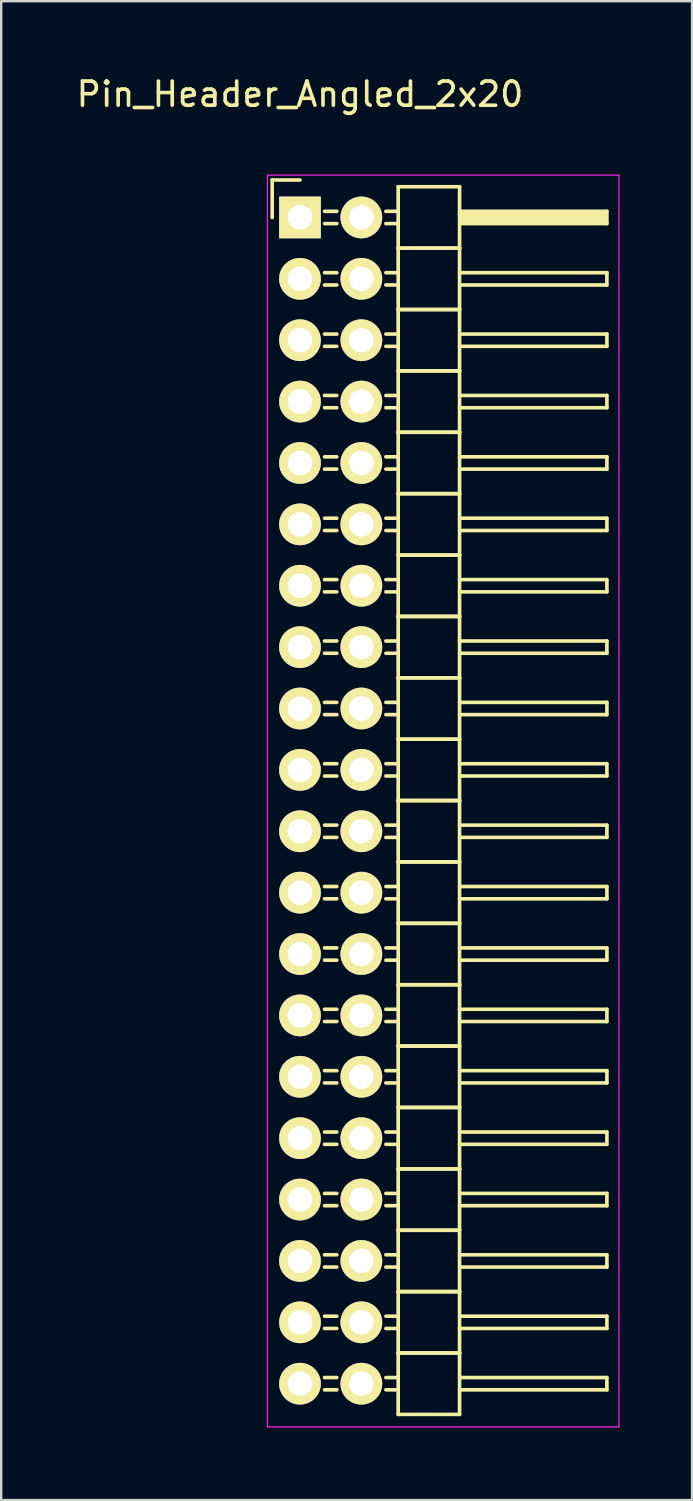
<source format=kicad_pcb>
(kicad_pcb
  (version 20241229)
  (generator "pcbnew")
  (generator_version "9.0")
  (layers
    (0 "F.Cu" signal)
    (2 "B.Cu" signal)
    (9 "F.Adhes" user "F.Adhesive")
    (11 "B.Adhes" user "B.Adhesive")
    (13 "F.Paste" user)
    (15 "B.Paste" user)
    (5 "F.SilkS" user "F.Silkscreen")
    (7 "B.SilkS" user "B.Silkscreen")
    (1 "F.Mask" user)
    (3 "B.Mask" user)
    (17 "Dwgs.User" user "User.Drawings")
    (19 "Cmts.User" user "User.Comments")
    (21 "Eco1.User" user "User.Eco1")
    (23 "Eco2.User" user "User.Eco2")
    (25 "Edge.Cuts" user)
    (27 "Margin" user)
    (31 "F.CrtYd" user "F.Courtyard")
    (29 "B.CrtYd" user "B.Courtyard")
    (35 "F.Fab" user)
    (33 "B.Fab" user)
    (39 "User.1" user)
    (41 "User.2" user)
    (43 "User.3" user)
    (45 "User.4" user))
  (footprint "Pin_Header_Angled_2x20"
    (layer "F.Cu")
    (at 9.363 5.948)
    (property "Reference" "Pin_Header_Angled_2x20" (at 0 -5.1 0) (layer "F.SilkS") (effects (font (size 1 1) (thickness 0.15))))
    (attr through_hole)
    (fp_line (start -1.15 -1.55) (end -1.15 0) (stroke (width 0.15) (type solid)) (layer "F.SilkS"))
    (fp_line (start 0 -1.55) (end -1.15 -1.55) (stroke (width 0.15) (type solid)) (layer "F.SilkS"))
    (fp_line (start 1.524 -0.254) (end 1.016 -0.254) (stroke (width 0.15) (type solid)) (layer "F.SilkS"))
    (fp_line (start 1.524 0.254) (end 1.016 0.254) (stroke (width 0.15) (type solid)) (layer "F.SilkS"))
    (fp_line (start 1.524 2.286) (end 1.016 2.286) (stroke (width 0.15) (type solid)) (layer "F.SilkS"))
    (fp_line (start 1.524 2.794) (end 1.016 2.794) (stroke (width 0.15) (type solid)) (layer "F.SilkS"))
    (fp_line (start 1.524 4.826) (end 1.016 4.826) (stroke (width 0.15) (type solid)) (layer "F.SilkS"))
    (fp_line (start 1.524 5.334) (end 1.016 5.334) (stroke (width 0.15) (type solid)) (layer "F.SilkS"))
    (fp_line (start 1.524 7.366) (end 1.016 7.366) (stroke (width 0.15) (type solid)) (layer "F.SilkS"))
    (fp_line (start 1.524 7.874) (end 1.016 7.874) (stroke (width 0.15) (type solid)) (layer "F.SilkS"))
    (fp_line (start 1.524 9.906) (end 1.016 9.906) (stroke (width 0.15) (type solid)) (layer "F.SilkS"))
    (fp_line (start 1.524 10.414) (end 1.016 10.414) (stroke (width 0.15) (type solid)) (layer "F.SilkS"))
    (fp_line (start 1.524 12.446) (end 1.016 12.446) (stroke (width 0.15) (type solid)) (layer "F.SilkS"))
    (fp_line (start 1.524 12.954) (end 1.016 12.954) (stroke (width 0.15) (type solid)) (layer "F.SilkS"))
    (fp_line (start 1.524 14.986) (end 1.016 14.986) (stroke (width 0.15) (type solid)) (layer "F.SilkS"))
    (fp_line (start 1.524 15.494) (end 1.016 15.494) (stroke (width 0.15) (type solid)) (layer "F.SilkS"))
    (fp_line (start 1.524 17.526) (end 1.016 17.526) (stroke (width 0.15) (type solid)) (layer "F.SilkS"))
    (fp_line (start 1.524 18.034) (end 1.016 18.034) (stroke (width 0.15) (type solid)) (layer "F.SilkS"))
    (fp_line (start 1.524 20.066) (end 1.016 20.066) (stroke (width 0.15) (type solid)) (layer "F.SilkS"))
    (fp_line (start 1.524 20.574) (end 1.016 20.574) (stroke (width 0.15) (type solid)) (layer "F.SilkS"))
    (fp_line (start 1.524 22.606) (end 1.016 22.606) (stroke (width 0.15) (type solid)) (layer "F.SilkS"))
    (fp_line (start 1.524 23.114) (end 1.016 23.114) (stroke (width 0.15) (type solid)) (layer "F.SilkS"))
    (fp_line (start 1.524 25.146) (end 1.016 25.146) (stroke (width 0.15) (type solid)) (layer "F.SilkS"))
    (fp_line (start 1.524 25.654) (end 1.016 25.654) (stroke (width 0.15) (type solid)) (layer "F.SilkS"))
    (fp_line (start 1.524 27.686) (end 1.016 27.686) (stroke (width 0.15) (type solid)) (layer "F.SilkS"))
    (fp_line (start 1.524 28.194) (end 1.016 28.194) (stroke (width 0.15) (type solid)) (layer "F.SilkS"))
    (fp_line (start 1.524 30.226) (end 1.016 30.226) (stroke (width 0.15) (type solid)) (layer "F.SilkS"))
    (fp_line (start 1.524 30.734) (end 1.016 30.734) (stroke (width 0.15) (type solid)) (layer "F.SilkS"))
    (fp_line (start 1.524 32.766) (end 1.016 32.766) (stroke (width 0.15) (type solid)) (layer "F.SilkS"))
    (fp_line (start 1.524 33.274) (end 1.016 33.274) (stroke (width 0.15) (type solid)) (layer "F.SilkS"))
    (fp_line (start 1.524 35.306) (end 1.016 35.306) (stroke (width 0.15) (type solid)) (layer "F.SilkS"))
    (fp_line (start 1.524 35.814) (end 1.016 35.814) (stroke (width 0.15) (type solid)) (layer "F.SilkS"))
    (fp_line (start 1.524 37.846) (end 1.016 37.846) (stroke (width 0.15) (type solid)) (layer "F.SilkS"))
    (fp_line (start 1.524 38.354) (end 1.016 38.354) (stroke (width 0.15) (type solid)) (layer "F.SilkS"))
    (fp_line (start 1.524 40.386) (end 1.016 40.386) (stroke (width 0.15) (type solid)) (layer "F.SilkS"))
    (fp_line (start 1.524 40.894) (end 1.016 40.894) (stroke (width 0.15) (type solid)) (layer "F.SilkS"))
    (fp_line (start 1.524 42.926) (end 1.016 42.926) (stroke (width 0.15) (type solid)) (layer "F.SilkS"))
    (fp_line (start 1.524 43.434) (end 1.016 43.434) (stroke (width 0.15) (type solid)) (layer "F.SilkS"))
    (fp_line (start 1.524 45.466) (end 1.016 45.466) (stroke (width 0.15) (type solid)) (layer "F.SilkS"))
    (fp_line (start 1.524 45.974) (end 1.016 45.974) (stroke (width 0.15) (type solid)) (layer "F.SilkS"))
    (fp_line (start 1.524 48.006) (end 1.016 48.006) (stroke (width 0.15) (type solid)) (layer "F.SilkS"))
    (fp_line (start 1.524 48.514) (end 1.016 48.514) (stroke (width 0.15) (type solid)) (layer "F.SilkS"))
    (fp_line (start 4.064 -1.27) (end 4.064 1.27) (stroke (width 0.15) (type solid)) (layer "F.SilkS"))
    (fp_line (start 4.064 -1.27) (end 6.604 -1.27) (stroke (width 0.15) (type solid)) (layer "F.SilkS"))
    (fp_line (start 4.064 -0.254) (end 3.556 -0.254) (stroke (width 0.15) (type solid)) (layer "F.SilkS"))
    (fp_line (start 4.064 0.254) (end 3.556 0.254) (stroke (width 0.15) (type solid)) (layer "F.SilkS"))
    (fp_line (start 4.064 1.27) (end 4.064 3.81) (stroke (width 0.15) (type solid)) (layer "F.SilkS"))
    (fp_line (start 4.064 1.27) (end 6.604 1.27) (stroke (width 0.15) (type solid)) (layer "F.SilkS"))
    (fp_line (start 4.064 1.27) (end 6.604 1.27) (stroke (width 0.15) (type solid)) (layer "F.SilkS"))
    (fp_line (start 4.064 2.286) (end 3.556 2.286) (stroke (width 0.15) (type solid)) (layer "F.SilkS"))
    (fp_line (start 4.064 2.794) (end 3.556 2.794) (stroke (width 0.15) (type solid)) (layer "F.SilkS"))
    (fp_line (start 4.064 3.81) (end 4.064 6.35) (stroke (width 0.15) (type solid)) (layer "F.SilkS"))
    (fp_line (start 4.064 3.81) (end 6.604 3.81) (stroke (width 0.15) (type solid)) (layer "F.SilkS"))
    (fp_line (start 4.064 3.81) (end 6.604 3.81) (stroke (width 0.15) (type solid)) (layer "F.SilkS"))
    (fp_line (start 4.064 4.826) (end 3.556 4.826) (stroke (width 0.15) (type solid)) (layer "F.SilkS"))
    (fp_line (start 4.064 5.334) (end 3.556 5.334) (stroke (width 0.15) (type solid)) (layer "F.SilkS"))
    (fp_line (start 4.064 6.35) (end 4.064 8.89) (stroke (width 0.15) (type solid)) (layer "F.SilkS"))
    (fp_line (start 4.064 6.35) (end 6.604 6.35) (stroke (width 0.15) (type solid)) (layer "F.SilkS"))
    (fp_line (start 4.064 6.35) (end 6.604 6.35) (stroke (width 0.15) (type solid)) (layer "F.SilkS"))
    (fp_line (start 4.064 7.366) (end 3.556 7.366) (stroke (width 0.15) (type solid)) (layer "F.SilkS"))
    (fp_line (start 4.064 7.874) (end 3.556 7.874) (stroke (width 0.15) (type solid)) (layer "F.SilkS"))
    (fp_line (start 4.064 8.89) (end 4.064 11.43) (stroke (width 0.15) (type solid)) (layer "F.SilkS"))
    (fp_line (start 4.064 8.89) (end 6.604 8.89) (stroke (width 0.15) (type solid)) (layer "F.SilkS"))
    (fp_line (start 4.064 8.89) (end 6.604 8.89) (stroke (width 0.15) (type solid)) (layer "F.SilkS"))
    (fp_line (start 4.064 9.906) (end 3.556 9.906) (stroke (width 0.15) (type solid)) (layer "F.SilkS"))
    (fp_line (start 4.064 10.414) (end 3.556 10.414) (stroke (width 0.15) (type solid)) (layer "F.SilkS"))
    (fp_line (start 4.064 11.43) (end 4.064 13.97) (stroke (width 0.15) (type solid)) (layer "F.SilkS"))
    (fp_line (start 4.064 11.43) (end 6.604 11.43) (stroke (width 0.15) (type solid)) (layer "F.SilkS"))
    (fp_line (start 4.064 11.43) (end 6.604 11.43) (stroke (width 0.15) (type solid)) (layer "F.SilkS"))
    (fp_line (start 4.064 12.446) (end 3.556 12.446) (stroke (width 0.15) (type solid)) (layer "F.SilkS"))
    (fp_line (start 4.064 12.954) (end 3.556 12.954) (stroke (width 0.15) (type solid)) (layer "F.SilkS"))
    (fp_line (start 4.064 13.97) (end 4.064 16.51) (stroke (width 0.15) (type solid)) (layer "F.SilkS"))
    (fp_line (start 4.064 13.97) (end 6.604 13.97) (stroke (width 0.15) (type solid)) (layer "F.SilkS"))
    (fp_line (start 4.064 13.97) (end 6.604 13.97) (stroke (width 0.15) (type solid)) (layer "F.SilkS"))
    (fp_line (start 4.064 14.986) (end 3.556 14.986) (stroke (width 0.15) (type solid)) (layer "F.SilkS"))
    (fp_line (start 4.064 15.494) (end 3.556 15.494) (stroke (width 0.15) (type solid)) (layer "F.SilkS"))
    (fp_line (start 4.064 16.51) (end 4.064 19.05) (stroke (width 0.15) (type solid)) (layer "F.SilkS"))
    (fp_line (start 4.064 16.51) (end 6.604 16.51) (stroke (width 0.15) (type solid)) (layer "F.SilkS"))
    (fp_line (start 4.064 16.51) (end 6.604 16.51) (stroke (width 0.15) (type solid)) (layer "F.SilkS"))
    (fp_line (start 4.064 17.526) (end 3.556 17.526) (stroke (width 0.15) (type solid)) (layer "F.SilkS"))
    (fp_line (start 4.064 18.034) (end 3.556 18.034) (stroke (width 0.15) (type solid)) (layer "F.SilkS"))
    (fp_line (start 4.064 19.05) (end 4.064 21.59) (stroke (width 0.15) (type solid)) (layer "F.SilkS"))
    (fp_line (start 4.064 19.05) (end 6.604 19.05) (stroke (width 0.15) (type solid)) (layer "F.SilkS"))
    (fp_line (start 4.064 19.05) (end 6.604 19.05) (stroke (width 0.15) (type solid)) (layer "F.SilkS"))
    (fp_line (start 4.064 20.066) (end 3.556 20.066) (stroke (width 0.15) (type solid)) (layer "F.SilkS"))
    (fp_line (start 4.064 20.574) (end 3.556 20.574) (stroke (width 0.15) (type solid)) (layer "F.SilkS"))
    (fp_line (start 4.064 21.59) (end 4.064 24.13) (stroke (width 0.15) (type solid)) (layer "F.SilkS"))
    (fp_line (start 4.064 21.59) (end 6.604 21.59) (stroke (width 0.15) (type solid)) (layer "F.SilkS"))
    (fp_line (start 4.064 21.59) (end 6.604 21.59) (stroke (width 0.15) (type solid)) (layer "F.SilkS"))
    (fp_line (start 4.064 22.606) (end 3.556 22.606) (stroke (width 0.15) (type solid)) (layer "F.SilkS"))
    (fp_line (start 4.064 23.114) (end 3.556 23.114) (stroke (width 0.15) (type solid)) (layer "F.SilkS"))
    (fp_line (start 4.064 24.13) (end 4.064 26.67) (stroke (width 0.15) (type solid)) (layer "F.SilkS"))
    (fp_line (start 4.064 24.13) (end 6.604 24.13) (stroke (width 0.15) (type solid)) (layer "F.SilkS"))
    (fp_line (start 4.064 24.13) (end 6.604 24.13) (stroke (width 0.15) (type solid)) (layer "F.SilkS"))
    (fp_line (start 4.064 25.146) (end 3.556 25.146) (stroke (width 0.15) (type solid)) (layer "F.SilkS"))
    (fp_line (start 4.064 25.654) (end 3.556 25.654) (stroke (width 0.15) (type solid)) (layer "F.SilkS"))
    (fp_line (start 4.064 26.67) (end 4.064 29.21) (stroke (width 0.15) (type solid)) (layer "F.SilkS"))
    (fp_line (start 4.064 26.67) (end 6.604 26.67) (stroke (width 0.15) (type solid)) (layer "F.SilkS"))
    (fp_line (start 4.064 26.67) (end 6.604 26.67) (stroke (width 0.15) (type solid)) (layer "F.SilkS"))
    (fp_line (start 4.064 27.686) (end 3.556 27.686) (stroke (width 0.15) (type solid)) (layer "F.SilkS"))
    (fp_line (start 4.064 28.194) (end 3.556 28.194) (stroke (width 0.15) (type solid)) (layer "F.SilkS"))
    (fp_line (start 4.064 29.21) (end 4.064 31.75) (stroke (width 0.15) (type solid)) (layer "F.SilkS"))
    (fp_line (start 4.064 29.21) (end 6.604 29.21) (stroke (width 0.15) (type solid)) (layer "F.SilkS"))
    (fp_line (start 4.064 29.21) (end 6.604 29.21) (stroke (width 0.15) (type solid)) (layer "F.SilkS"))
    (fp_line (start 4.064 30.226) (end 3.556 30.226) (stroke (width 0.15) (type solid)) (layer "F.SilkS"))
    (fp_line (start 4.064 30.734) (end 3.556 30.734) (stroke (width 0.15) (type solid)) (layer "F.SilkS"))
    (fp_line (start 4.064 31.75) (end 4.064 34.29) (stroke (width 0.15) (type solid)) (layer "F.SilkS"))
    (fp_line (start 4.064 31.75) (end 6.604 31.75) (stroke (width 0.15) (type solid)) (layer "F.SilkS"))
    (fp_line (start 4.064 31.75) (end 6.604 31.75) (stroke (width 0.15) (type solid)) (layer "F.SilkS"))
    (fp_line (start 4.064 32.766) (end 3.556 32.766) (stroke (width 0.15) (type solid)) (layer "F.SilkS"))
    (fp_line (start 4.064 33.274) (end 3.556 33.274) (stroke (width 0.15) (type solid)) (layer "F.SilkS"))
    (fp_line (start 4.064 34.29) (end 4.064 36.83) (stroke (width 0.15) (type solid)) (layer "F.SilkS"))
    (fp_line (start 4.064 34.29) (end 6.604 34.29) (stroke (width 0.15) (type solid)) (layer "F.SilkS"))
    (fp_line (start 4.064 34.29) (end 6.604 34.29) (stroke (width 0.15) (type solid)) (layer "F.SilkS"))
    (fp_line (start 4.064 35.306) (end 3.556 35.306) (stroke (width 0.15) (type solid)) (layer "F.SilkS"))
    (fp_line (start 4.064 35.814) (end 3.556 35.814) (stroke (width 0.15) (type solid)) (layer "F.SilkS"))
    (fp_line (start 4.064 36.83) (end 4.064 39.37) (stroke (width 0.15) (type solid)) (layer "F.SilkS"))
    (fp_line (start 4.064 36.83) (end 6.604 36.83) (stroke (width 0.15) (type solid)) (layer "F.SilkS"))
    (fp_line (start 4.064 36.83) (end 6.604 36.83) (stroke (width 0.15) (type solid)) (layer "F.SilkS"))
    (fp_line (start 4.064 37.846) (end 3.556 37.846) (stroke (width 0.15) (type solid)) (layer "F.SilkS"))
    (fp_line (start 4.064 38.354) (end 3.556 38.354) (stroke (width 0.15) (type solid)) (layer "F.SilkS"))
    (fp_line (start 4.064 39.37) (end 4.064 41.91) (stroke (width 0.15) (type solid)) (layer "F.SilkS"))
    (fp_line (start 4.064 39.37) (end 6.604 39.37) (stroke (width 0.15) (type solid)) (layer "F.SilkS"))
    (fp_line (start 4.064 39.37) (end 6.604 39.37) (stroke (width 0.15) (type solid)) (layer "F.SilkS"))
    (fp_line (start 4.064 40.386) (end 3.556 40.386) (stroke (width 0.15) (type solid)) (layer "F.SilkS"))
    (fp_line (start 4.064 40.894) (end 3.556 40.894) (stroke (width 0.15) (type solid)) (layer "F.SilkS"))
    (fp_line (start 4.064 41.91) (end 4.064 44.45) (stroke (width 0.15) (type solid)) (layer "F.SilkS"))
    (fp_line (start 4.064 41.91) (end 6.604 41.91) (stroke (width 0.15) (type solid)) (layer "F.SilkS"))
    (fp_line (start 4.064 41.91) (end 6.604 41.91) (stroke (width 0.15) (type solid)) (layer "F.SilkS"))
    (fp_line (start 4.064 42.926) (end 3.556 42.926) (stroke (width 0.15) (type solid)) (layer "F.SilkS"))
    (fp_line (start 4.064 43.434) (end 3.556 43.434) (stroke (width 0.15) (type solid)) (layer "F.SilkS"))
    (fp_line (start 4.064 44.45) (end 4.064 46.99) (stroke (width 0.15) (type solid)) (layer "F.SilkS"))
    (fp_line (start 4.064 44.45) (end 6.604 44.45) (stroke (width 0.15) (type solid)) (layer "F.SilkS"))
    (fp_line (start 4.064 44.45) (end 6.604 44.45) (stroke (width 0.15) (type solid)) (layer "F.SilkS"))
    (fp_line (start 4.064 45.466) (end 3.556 45.466) (stroke (width 0.15) (type solid)) (layer "F.SilkS"))
    (fp_line (start 4.064 45.974) (end 3.556 45.974) (stroke (width 0.15) (type solid)) (layer "F.SilkS"))
    (fp_line (start 4.064 46.99) (end 4.064 49.53) (stroke (width 0.15) (type solid)) (layer "F.SilkS"))
    (fp_line (start 4.064 46.99) (end 6.604 46.99) (stroke (width 0.15) (type solid)) (layer "F.SilkS"))
    (fp_line (start 4.064 46.99) (end 6.604 46.99) (stroke (width 0.15) (type solid)) (layer "F.SilkS"))
    (fp_line (start 4.064 48.006) (end 3.556 48.006) (stroke (width 0.15) (type solid)) (layer "F.SilkS"))
    (fp_line (start 4.064 48.514) (end 3.556 48.514) (stroke (width 0.15) (type solid)) (layer "F.SilkS"))
    (fp_line (start 4.064 49.53) (end 6.604 49.53) (stroke (width 0.15) (type solid)) (layer "F.SilkS"))
    (fp_line (start 6.604 -0.254) (end 12.7 -0.254) (stroke (width 0.15) (type solid)) (layer "F.SilkS"))
    (fp_line (start 6.604 -0.127) (end 12.573 -0.127) (stroke (width 0.15) (type solid)) (layer "F.SilkS"))
    (fp_line (start 6.604 1.27) (end 6.604 -1.27) (stroke (width 0.15) (type solid)) (layer "F.SilkS"))
    (fp_line (start 6.604 2.286) (end 12.7 2.286) (stroke (width 0.15) (type solid)) (layer "F.SilkS"))
    (fp_line (start 6.604 3.81) (end 6.604 1.27) (stroke (width 0.15) (type solid)) (layer "F.SilkS"))
    (fp_line (start 6.604 4.826) (end 12.7 4.826) (stroke (width 0.15) (type solid)) (layer "F.SilkS"))
    (fp_line (start 6.604 6.35) (end 6.604 3.81) (stroke (width 0.15) (type solid)) (layer "F.SilkS"))
    (fp_line (start 6.604 7.366) (end 12.7 7.366) (stroke (width 0.15) (type solid)) (layer "F.SilkS"))
    (fp_line (start 6.604 8.89) (end 6.604 6.35) (stroke (width 0.15) (type solid)) (layer "F.SilkS"))
    (fp_line (start 6.604 9.906) (end 12.7 9.906) (stroke (width 0.15) (type solid)) (layer "F.SilkS"))
    (fp_line (start 6.604 11.43) (end 6.604 8.89) (stroke (width 0.15) (type solid)) (layer "F.SilkS"))
    (fp_line (start 6.604 12.446) (end 12.7 12.446) (stroke (width 0.15) (type solid)) (layer "F.SilkS"))
    (fp_line (start 6.604 13.97) (end 6.604 11.43) (stroke (width 0.15) (type solid)) (layer "F.SilkS"))
    (fp_line (start 6.604 14.986) (end 12.7 14.986) (stroke (width 0.15) (type solid)) (layer "F.SilkS"))
    (fp_line (start 6.604 16.51) (end 6.604 13.97) (stroke (width 0.15) (type solid)) (layer "F.SilkS"))
    (fp_line (start 6.604 17.526) (end 12.7 17.526) (stroke (width 0.15) (type solid)) (layer "F.SilkS"))
    (fp_line (start 6.604 19.05) (end 6.604 16.51) (stroke (width 0.15) (type solid)) (layer "F.SilkS"))
    (fp_line (start 6.604 20.066) (end 12.7 20.066) (stroke (width 0.15) (type solid)) (layer "F.SilkS"))
    (fp_line (start 6.604 21.59) (end 6.604 19.05) (stroke (width 0.15) (type solid)) (layer "F.SilkS"))
    (fp_line (start 6.604 22.606) (end 12.7 22.606) (stroke (width 0.15) (type solid)) (layer "F.SilkS"))
    (fp_line (start 6.604 24.13) (end 6.604 21.59) (stroke (width 0.15) (type solid)) (layer "F.SilkS"))
    (fp_line (start 6.604 25.146) (end 12.7 25.146) (stroke (width 0.15) (type solid)) (layer "F.SilkS"))
    (fp_line (start 6.604 26.67) (end 6.604 24.13) (stroke (width 0.15) (type solid)) (layer "F.SilkS"))
    (fp_line (start 6.604 27.686) (end 12.7 27.686) (stroke (width 0.15) (type solid)) (layer "F.SilkS"))
    (fp_line (start 6.604 29.21) (end 6.604 26.67) (stroke (width 0.15) (type solid)) (layer "F.SilkS"))
    (fp_line (start 6.604 30.226) (end 12.7 30.226) (stroke (width 0.15) (type solid)) (layer "F.SilkS"))
    (fp_line (start 6.604 31.75) (end 6.604 29.21) (stroke (width 0.15) (type solid)) (layer "F.SilkS"))
    (fp_line (start 6.604 32.766) (end 12.7 32.766) (stroke (width 0.15) (type solid)) (layer "F.SilkS"))
    (fp_line (start 6.604 34.29) (end 6.604 31.75) (stroke (width 0.15) (type solid)) (layer "F.SilkS"))
    (fp_line (start 6.604 35.306) (end 12.7 35.306) (stroke (width 0.15) (type solid)) (layer "F.SilkS"))
    (fp_line (start 6.604 36.83) (end 6.604 34.29) (stroke (width 0.15) (type solid)) (layer "F.SilkS"))
    (fp_line (start 6.604 37.846) (end 12.7 37.846) (stroke (width 0.15) (type solid)) (layer "F.SilkS"))
    (fp_line (start 6.604 39.37) (end 6.604 36.83) (stroke (width 0.15) (type solid)) (layer "F.SilkS"))
    (fp_line (start 6.604 40.386) (end 12.7 40.386) (stroke (width 0.15) (type solid)) (layer "F.SilkS"))
    (fp_line (start 6.604 41.91) (end 6.604 39.37) (stroke (width 0.15) (type solid)) (layer "F.SilkS"))
    (fp_line (start 6.604 42.926) (end 12.7 42.926) (stroke (width 0.15) (type solid)) (layer "F.SilkS"))
    (fp_line (start 6.604 44.45) (end 6.604 41.91) (stroke (width 0.15) (type solid)) (layer "F.SilkS"))
    (fp_line (start 6.604 45.466) (end 12.7 45.466) (stroke (width 0.15) (type solid)) (layer "F.SilkS"))
    (fp_line (start 6.604 46.99) (end 6.604 44.45) (stroke (width 0.15) (type solid)) (layer "F.SilkS"))
    (fp_line (start 6.604 48.006) (end 12.7 48.006) (stroke (width 0.15) (type solid)) (layer "F.SilkS"))
    (fp_line (start 6.604 49.53) (end 6.604 46.99) (stroke (width 0.15) (type solid)) (layer "F.SilkS"))
    (fp_line (start 6.731 0) (end 12.573 0) (stroke (width 0.15) (type solid)) (layer "F.SilkS"))
    (fp_line (start 6.731 0.127) (end 6.731 0) (stroke (width 0.15) (type solid)) (layer "F.SilkS"))
    (fp_line (start 12.573 -0.127) (end 12.573 0.127) (stroke (width 0.15) (type solid)) (layer "F.SilkS"))
    (fp_line (start 12.573 0.127) (end 6.731 0.127) (stroke (width 0.15) (type solid)) (layer "F.SilkS"))
    (fp_line (start 12.7 -0.254) (end 12.7 0.254) (stroke (width 0.15) (type solid)) (layer "F.SilkS"))
    (fp_line (start 12.7 0.254) (end 6.604 0.254) (stroke (width 0.15) (type solid)) (layer "F.SilkS"))
    (fp_line (start 12.7 2.286) (end 12.7 2.794) (stroke (width 0.15) (type solid)) (layer "F.SilkS"))
    (fp_line (start 12.7 2.794) (end 6.604 2.794) (stroke (width 0.15) (type solid)) (layer "F.SilkS"))
    (fp_line (start 12.7 4.826) (end 12.7 5.334) (stroke (width 0.15) (type solid)) (layer "F.SilkS"))
    (fp_line (start 12.7 5.334) (end 6.604 5.334) (stroke (width 0.15) (type solid)) (layer "F.SilkS"))
    (fp_line (start 12.7 7.366) (end 12.7 7.874) (stroke (width 0.15) (type solid)) (layer "F.SilkS"))
    (fp_line (start 12.7 7.874) (end 6.604 7.874) (stroke (width 0.15) (type solid)) (layer "F.SilkS"))
    (fp_line (start 12.7 9.906) (end 12.7 10.414) (stroke (width 0.15) (type solid)) (layer "F.SilkS"))
    (fp_line (start 12.7 10.414) (end 6.604 10.414) (stroke (width 0.15) (type solid)) (layer "F.SilkS"))
    (fp_line (start 12.7 12.446) (end 12.7 12.954) (stroke (width 0.15) (type solid)) (layer "F.SilkS"))
    (fp_line (start 12.7 12.954) (end 6.604 12.954) (stroke (width 0.15) (type solid)) (layer "F.SilkS"))
    (fp_line (start 12.7 14.986) (end 12.7 15.494) (stroke (width 0.15) (type solid)) (layer "F.SilkS"))
    (fp_line (start 12.7 15.494) (end 6.604 15.494) (stroke (width 0.15) (type solid)) (layer "F.SilkS"))
    (fp_line (start 12.7 17.526) (end 12.7 18.034) (stroke (width 0.15) (type solid)) (layer "F.SilkS"))
    (fp_line (start 12.7 18.034) (end 6.604 18.034) (stroke (width 0.15) (type solid)) (layer "F.SilkS"))
    (fp_line (start 12.7 20.066) (end 12.7 20.574) (stroke (width 0.15) (type solid)) (layer "F.SilkS"))
    (fp_line (start 12.7 20.574) (end 6.604 20.574) (stroke (width 0.15) (type solid)) (layer "F.SilkS"))
    (fp_line (start 12.7 22.606) (end 12.7 23.114) (stroke (width 0.15) (type solid)) (layer "F.SilkS"))
    (fp_line (start 12.7 23.114) (end 6.604 23.114) (stroke (width 0.15) (type solid)) (layer "F.SilkS"))
    (fp_line (start 12.7 25.146) (end 12.7 25.654) (stroke (width 0.15) (type solid)) (layer "F.SilkS"))
    (fp_line (start 12.7 25.654) (end 6.604 25.654) (stroke (width 0.15) (type solid)) (layer "F.SilkS"))
    (fp_line (start 12.7 27.686) (end 12.7 28.194) (stroke (width 0.15) (type solid)) (layer "F.SilkS"))
    (fp_line (start 12.7 28.194) (end 6.604 28.194) (stroke (width 0.15) (type solid)) (layer "F.SilkS"))
    (fp_line (start 12.7 30.226) (end 12.7 30.734) (stroke (width 0.15) (type solid)) (layer "F.SilkS"))
    (fp_line (start 12.7 30.734) (end 6.604 30.734) (stroke (width 0.15) (type solid)) (layer "F.SilkS"))
    (fp_line (start 12.7 32.766) (end 12.7 33.274) (stroke (width 0.15) (type solid)) (layer "F.SilkS"))
    (fp_line (start 12.7 33.274) (end 6.604 33.274) (stroke (width 0.15) (type solid)) (layer "F.SilkS"))
    (fp_line (start 12.7 35.306) (end 12.7 35.814) (stroke (width 0.15) (type solid)) (layer "F.SilkS"))
    (fp_line (start 12.7 35.814) (end 6.604 35.814) (stroke (width 0.15) (type solid)) (layer "F.SilkS"))
    (fp_line (start 12.7 37.846) (end 12.7 38.354) (stroke (width 0.15) (type solid)) (layer "F.SilkS"))
    (fp_line (start 12.7 38.354) (end 6.604 38.354) (stroke (width 0.15) (type solid)) (layer "F.SilkS"))
    (fp_line (start 12.7 40.386) (end 12.7 40.894) (stroke (width 0.15) (type solid)) (layer "F.SilkS"))
    (fp_line (start 12.7 40.894) (end 6.604 40.894) (stroke (width 0.15) (type solid)) (layer "F.SilkS"))
    (fp_line (start 12.7 42.926) (end 12.7 43.434) (stroke (width 0.15) (type solid)) (layer "F.SilkS"))
    (fp_line (start 12.7 43.434) (end 6.604 43.434) (stroke (width 0.15) (type solid)) (layer "F.SilkS"))
    (fp_line (start 12.7 45.466) (end 12.7 45.974) (stroke (width 0.15) (type solid)) (layer "F.SilkS"))
    (fp_line (start 12.7 45.974) (end 6.604 45.974) (stroke (width 0.15) (type solid)) (layer "F.SilkS"))
    (fp_line (start 12.7 48.006) (end 12.7 48.514) (stroke (width 0.15) (type solid)) (layer "F.SilkS"))
    (fp_line (start 12.7 48.514) (end 6.604 48.514) (stroke (width 0.15) (type solid)) (layer "F.SilkS"))
    (fp_line (start -1.35 -1.75) (end -1.35 50.05) (stroke (width 0.05) (type solid)) (layer "F.CrtYd"))
    (fp_line (start -1.35 -1.75) (end 13.2 -1.75) (stroke (width 0.05) (type solid)) (layer "F.CrtYd"))
    (fp_line (start -1.35 50.05) (end 13.2 50.05) (stroke (width 0.05) (type solid)) (layer "F.CrtYd"))
    (fp_line (start 13.2 -1.75) (end 13.2 50.05) (stroke (width 0.05) (type solid)) (layer "F.CrtYd"))
    (pad "1" thru_hole rect (at 0 0) (size 1.727 1.727) (drill 1.016) (layers "*.Cu" "*.Mask" "F.SilkS"))
    (pad "2" thru_hole oval (at 2.54 0) (size 1.727 1.727) (drill 1.016) (layers "*.Cu" "*.Mask" "F.SilkS"))
    (pad "3" thru_hole oval (at 0 2.54) (size 1.727 1.727) (drill 1.016) (layers "*.Cu" "*.Mask" "F.SilkS"))
    (pad "4" thru_hole oval (at 2.54 2.54) (size 1.727 1.727) (drill 1.016) (layers "*.Cu" "*.Mask" "F.SilkS"))
    (pad "5" thru_hole oval (at 0 5.08) (size 1.727 1.727) (drill 1.016) (layers "*.Cu" "*.Mask" "F.SilkS"))
    (pad "6" thru_hole oval (at 2.54 5.08) (size 1.727 1.727) (drill 1.016) (layers "*.Cu" "*.Mask" "F.SilkS"))
    (pad "7" thru_hole oval (at 0 7.62) (size 1.727 1.727) (drill 1.016) (layers "*.Cu" "*.Mask" "F.SilkS"))
    (pad "8" thru_hole oval (at 2.54 7.62) (size 1.727 1.727) (drill 1.016) (layers "*.Cu" "*.Mask" "F.SilkS"))
    (pad "9" thru_hole oval (at 0 10.16) (size 1.727 1.727) (drill 1.016) (layers "*.Cu" "*.Mask" "F.SilkS"))
    (pad "10" thru_hole oval (at 2.54 10.16) (size 1.727 1.727) (drill 1.016) (layers "*.Cu" "*.Mask" "F.SilkS"))
    (pad "11" thru_hole oval (at 0 12.7) (size 1.727 1.727) (drill 1.016) (layers "*.Cu" "*.Mask" "F.SilkS"))
    (pad "12" thru_hole oval (at 2.54 12.7) (size 1.727 1.727) (drill 1.016) (layers "*.Cu" "*.Mask" "F.SilkS"))
    (pad "13" thru_hole oval (at 0 15.24) (size 1.727 1.727) (drill 1.016) (layers "*.Cu" "*.Mask" "F.SilkS"))
    (pad "14" thru_hole oval (at 2.54 15.24) (size 1.727 1.727) (drill 1.016) (layers "*.Cu" "*.Mask" "F.SilkS"))
    (pad "15" thru_hole oval (at 0 17.78) (size 1.727 1.727) (drill 1.016) (layers "*.Cu" "*.Mask" "F.SilkS"))
    (pad "16" thru_hole oval (at 2.54 17.78) (size 1.727 1.727) (drill 1.016) (layers "*.Cu" "*.Mask" "F.SilkS"))
    (pad "17" thru_hole oval (at 0 20.32) (size 1.727 1.727) (drill 1.016) (layers "*.Cu" "*.Mask" "F.SilkS"))
    (pad "18" thru_hole oval (at 2.54 20.32) (size 1.727 1.727) (drill 1.016) (layers "*.Cu" "*.Mask" "F.SilkS"))
    (pad "19" thru_hole oval (at 0 22.86) (size 1.727 1.727) (drill 1.016) (layers "*.Cu" "*.Mask" "F.SilkS"))
    (pad "20" thru_hole oval (at 2.54 22.86) (size 1.727 1.727) (drill 1.016) (layers "*.Cu" "*.Mask" "F.SilkS"))
    (pad "21" thru_hole oval (at 0 25.4) (size 1.727 1.727) (drill 1.016) (layers "*.Cu" "*.Mask" "F.SilkS"))
    (pad "22" thru_hole oval (at 2.54 25.4) (size 1.727 1.727) (drill 1.016) (layers "*.Cu" "*.Mask" "F.SilkS"))
    (pad "23" thru_hole oval (at 0 27.94) (size 1.727 1.727) (drill 1.016) (layers "*.Cu" "*.Mask" "F.SilkS"))
    (pad "24" thru_hole oval (at 2.54 27.94) (size 1.727 1.727) (drill 1.016) (layers "*.Cu" "*.Mask" "F.SilkS"))
    (pad "25" thru_hole oval (at 0 30.48) (size 1.727 1.727) (drill 1.016) (layers "*.Cu" "*.Mask" "F.SilkS"))
    (pad "26" thru_hole oval (at 2.54 30.48) (size 1.727 1.727) (drill 1.016) (layers "*.Cu" "*.Mask" "F.SilkS"))
    (pad "27" thru_hole oval (at 0 33.02) (size 1.727 1.727) (drill 1.016) (layers "*.Cu" "*.Mask" "F.SilkS"))
    (pad "28" thru_hole oval (at 2.54 33.02) (size 1.727 1.727) (drill 1.016) (layers "*.Cu" "*.Mask" "F.SilkS"))
    (pad "29" thru_hole oval (at 0 35.56) (size 1.727 1.727) (drill 1.016) (layers "*.Cu" "*.Mask" "F.SilkS"))
    (pad "30" thru_hole oval (at 2.54 35.56) (size 1.727 1.727) (drill 1.016) (layers "*.Cu" "*.Mask" "F.SilkS"))
    (pad "31" thru_hole oval (at 0 38.1) (size 1.727 1.727) (drill 1.016) (layers "*.Cu" "*.Mask" "F.SilkS"))
    (pad "32" thru_hole oval (at 2.54 38.1) (size 1.727 1.727) (drill 1.016) (layers "*.Cu" "*.Mask" "F.SilkS"))
    (pad "33" thru_hole oval (at 0 40.64) (size 1.727 1.727) (drill 1.016) (layers "*.Cu" "*.Mask" "F.SilkS"))
    (pad "34" thru_hole oval (at 2.54 40.64) (size 1.727 1.727) (drill 1.016) (layers "*.Cu" "*.Mask" "F.SilkS"))
    (pad "35" thru_hole oval (at 0 43.18) (size 1.727 1.727) (drill 1.016) (layers "*.Cu" "*.Mask" "F.SilkS"))
    (pad "36" thru_hole oval (at 2.54 43.18) (size 1.727 1.727) (drill 1.016) (layers "*.Cu" "*.Mask" "F.SilkS"))
    (pad "37" thru_hole oval (at 0 45.72) (size 1.727 1.727) (drill 1.016) (layers "*.Cu" "*.Mask" "F.SilkS"))
    (pad "38" thru_hole oval (at 2.54 45.72) (size 1.727 1.727) (drill 1.016) (layers "*.Cu" "*.Mask" "F.SilkS"))
    (pad "39" thru_hole oval (at 0 48.26) (size 1.727 1.727) (drill 1.016) (layers "*.Cu" "*.Mask" "F.SilkS"))
    (pad "40" thru_hole oval (at 2.54 48.26) (size 1.727 1.727) (drill 1.016) (layers "*.Cu" "*.Mask" "F.SilkS")))
  (gr_rect
    (start -3 -3)
    (end 25.588 59.023)
    (stroke (width 0.1) (type default))
    (fill no)
    (layer "Edge.Cuts")))
</source>
